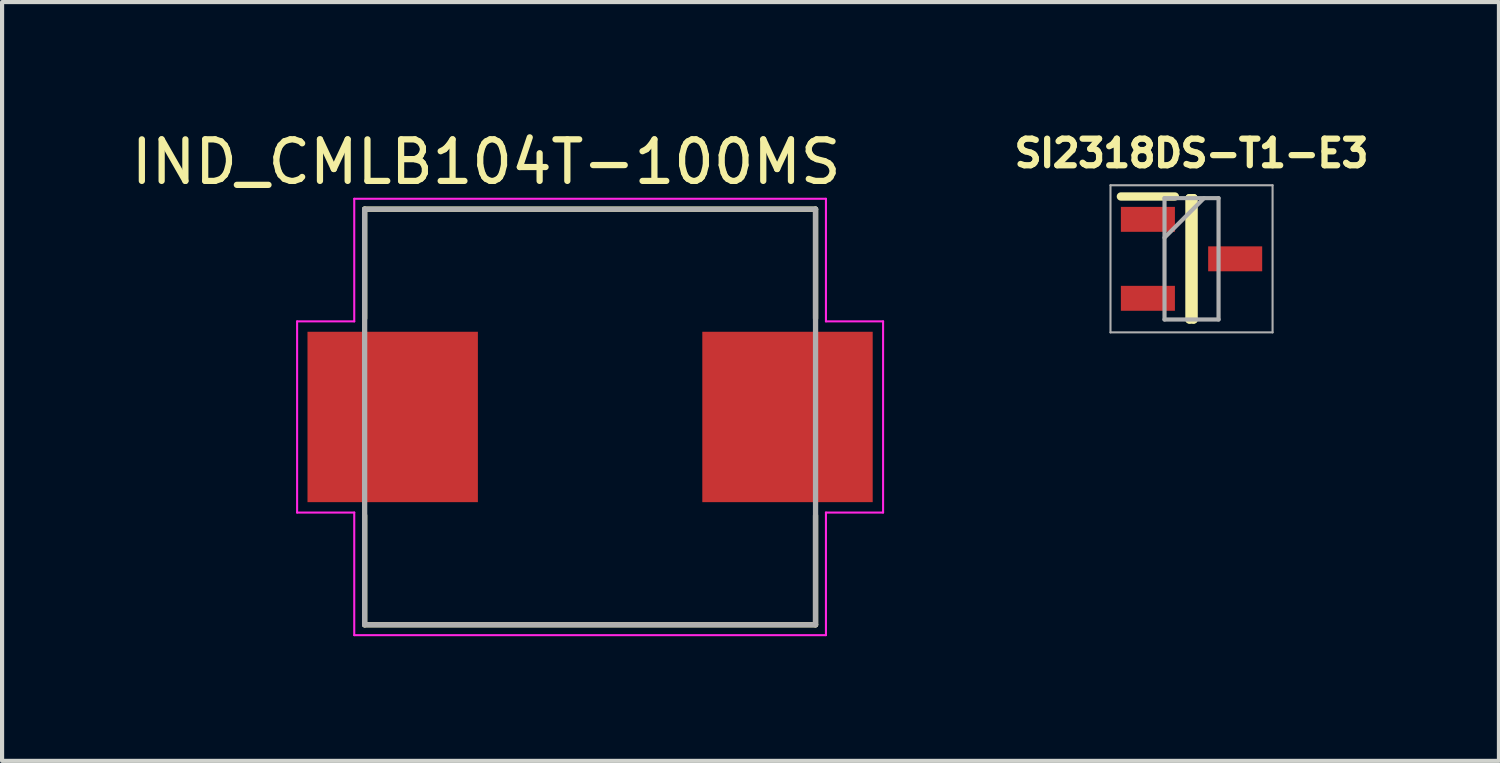
<source format=kicad_pcb>
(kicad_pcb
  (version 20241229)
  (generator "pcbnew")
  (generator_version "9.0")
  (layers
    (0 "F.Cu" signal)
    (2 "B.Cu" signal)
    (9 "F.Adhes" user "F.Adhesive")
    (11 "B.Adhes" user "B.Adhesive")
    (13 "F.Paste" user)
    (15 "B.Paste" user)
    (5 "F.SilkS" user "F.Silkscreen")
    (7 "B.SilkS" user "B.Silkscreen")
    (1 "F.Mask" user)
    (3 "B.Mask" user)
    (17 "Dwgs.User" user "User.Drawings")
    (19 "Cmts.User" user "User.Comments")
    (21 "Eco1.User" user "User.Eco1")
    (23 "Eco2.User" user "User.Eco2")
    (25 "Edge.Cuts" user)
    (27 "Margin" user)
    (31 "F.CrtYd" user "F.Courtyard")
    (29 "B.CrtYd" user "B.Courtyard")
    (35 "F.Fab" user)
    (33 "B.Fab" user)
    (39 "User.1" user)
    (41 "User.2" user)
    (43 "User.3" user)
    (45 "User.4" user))
  (footprint "IND_CMLB104T-100MS"
    (layer "F.Cu")
    (at 11.149 6.983)
    (property "Reference" "IND_CMLB104T-100MS" (at -2.5 -6.135 0) (layer "F.SilkS") (effects (font (size 1 1) (thickness 0.15))))
    (attr smd)
    (fp_line (start -5.425 -5) (end 5.425 -5) (stroke (width 0.127) (type solid)) (layer "F.SilkS"))
    (fp_line (start -5.425 -2.37) (end -5.425 -5) (stroke (width 0.127) (type solid)) (layer "F.SilkS"))
    (fp_line (start -5.425 5) (end -5.425 2.37) (stroke (width 0.127) (type solid)) (layer "F.SilkS"))
    (fp_line (start 5.425 -5) (end 5.425 -2.37) (stroke (width 0.127) (type solid)) (layer "F.SilkS"))
    (fp_line (start 5.425 5) (end -5.425 5) (stroke (width 0.127) (type solid)) (layer "F.SilkS"))
    (fp_line (start 5.425 5) (end 5.425 2.37) (stroke (width 0.127) (type solid)) (layer "F.SilkS"))
    (fp_line (start -7.05 -2.3) (end -7.05 2.3) (stroke (width 0.05) (type solid)) (layer "F.CrtYd"))
    (fp_line (start -7.05 2.3) (end -5.675 2.3) (stroke (width 0.05) (type solid)) (layer "F.CrtYd"))
    (fp_line (start -5.675 -5.25) (end -5.675 -2.3) (stroke (width 0.05) (type solid)) (layer "F.CrtYd"))
    (fp_line (start -5.675 -2.3) (end -7.05 -2.3) (stroke (width 0.05) (type solid)) (layer "F.CrtYd"))
    (fp_line (start -5.675 2.3) (end -5.675 5.25) (stroke (width 0.05) (type solid)) (layer "F.CrtYd"))
    (fp_line (start -5.675 5.25) (end 5.675 5.25) (stroke (width 0.05) (type solid)) (layer "F.CrtYd"))
    (fp_line (start 5.675 -5.25) (end -5.675 -5.25) (stroke (width 0.05) (type solid)) (layer "F.CrtYd"))
    (fp_line (start 5.675 -2.3) (end 5.675 -5.25) (stroke (width 0.05) (type solid)) (layer "F.CrtYd"))
    (fp_line (start 5.675 2.3) (end 7.05 2.3) (stroke (width 0.05) (type solid)) (layer "F.CrtYd"))
    (fp_line (start 5.675 5.25) (end 5.675 2.3) (stroke (width 0.05) (type solid)) (layer "F.CrtYd"))
    (fp_line (start 7.05 -2.3) (end 5.675 -2.3) (stroke (width 0.05) (type solid)) (layer "F.CrtYd"))
    (fp_line (start 7.05 2.3) (end 7.05 -2.3) (stroke (width 0.05) (type solid)) (layer "F.CrtYd"))
    (fp_line (start -5.425 -5) (end 5.425 -5) (stroke (width 0.127) (type solid)) (layer "F.Fab"))
    (fp_line (start -5.425 5) (end -5.425 -5) (stroke (width 0.127) (type solid)) (layer "F.Fab"))
    (fp_line (start 5.425 -5) (end 5.425 5) (stroke (width 0.127) (type solid)) (layer "F.Fab"))
    (fp_line (start 5.425 5) (end -5.425 5) (stroke (width 0.127) (type solid)) (layer "F.Fab"))
    (pad "1" smd rect (at -4.75 0) (size 4.1 4.1) (layers "F.Cu" "F.Mask" "F.Paste"))
    (pad "2" smd rect (at 4.75 0) (size 4.1 4.1) (layers "F.Cu" "F.Mask" "F.Paste")))
  (footprint "SI2318DS-T1-E3"
    (layer "F.Cu")
    (at 25.621 3.178)
    (property "Reference" "SI2318DS-T1-E3" (at 0 -2.54 0) (layer "F.SilkS") (effects (font (size 0.64 0.64) (thickness 0.15))))
    (attr smd)
    (fp_line (start -1.7 -1.5) (end -0.4 -1.5) (stroke (width 0.2) (type solid)) (layer "F.SilkS"))
    (fp_line (start -0.05 -1.46) (end 0.05 -1.46) (stroke (width 0.2) (type solid)) (layer "F.SilkS"))
    (fp_line (start -0.05 1.46) (end -0.05 -1.46) (stroke (width 0.2) (type solid)) (layer "F.SilkS"))
    (fp_line (start 0.05 -1.46) (end 0.05 1.46) (stroke (width 0.2) (type solid)) (layer "F.SilkS"))
    (fp_line (start 0.05 1.46) (end -0.05 1.46) (stroke (width 0.2) (type solid)) (layer "F.SilkS"))
    (fp_line (start -1.95 -1.77) (end 1.95 -1.77) (stroke (width 0.05) (type solid)) (layer "F.Fab"))
    (fp_line (start -1.95 1.77) (end -1.95 -1.77) (stroke (width 0.05) (type solid)) (layer "F.Fab"))
    (fp_line (start -0.65 -1.46) (end 0.65 -1.46) (stroke (width 0.1) (type solid)) (layer "F.Fab"))
    (fp_line (start -0.65 -0.51) (end 0.3 -1.46) (stroke (width 0.1) (type solid)) (layer "F.Fab"))
    (fp_line (start -0.65 1.46) (end -0.65 -1.46) (stroke (width 0.1) (type solid)) (layer "F.Fab"))
    (fp_line (start 0.65 -1.46) (end 0.65 1.46) (stroke (width 0.1) (type solid)) (layer "F.Fab"))
    (fp_line (start 0.65 1.46) (end -0.65 1.46) (stroke (width 0.1) (type solid)) (layer "F.Fab"))
    (fp_line (start 1.95 -1.77) (end 1.95 1.77) (stroke (width 0.05) (type solid)) (layer "F.Fab"))
    (fp_line (start 1.95 1.77) (end -1.95 1.77) (stroke (width 0.05) (type solid)) (layer "F.Fab"))
    (pad "1" smd rect (at -1.05 -0.95) (size 1.3 0.6) (layers "F.Cu" "F.Mask" "F.Paste"))
    (pad "2" smd rect (at -1.05 0.95) (size 1.3 0.6) (layers "F.Cu" "F.Mask" "F.Paste"))
    (pad "3" smd rect (at 1.05 0) (size 1.3 0.6) (layers "F.Cu" "F.Mask" "F.Paste")))
  (gr_rect
    (start -3 -3)
    (end 33.018 15.258)
    (stroke (width 0.1) (type default))
    (fill no)
    (layer "Edge.Cuts")))
</source>
